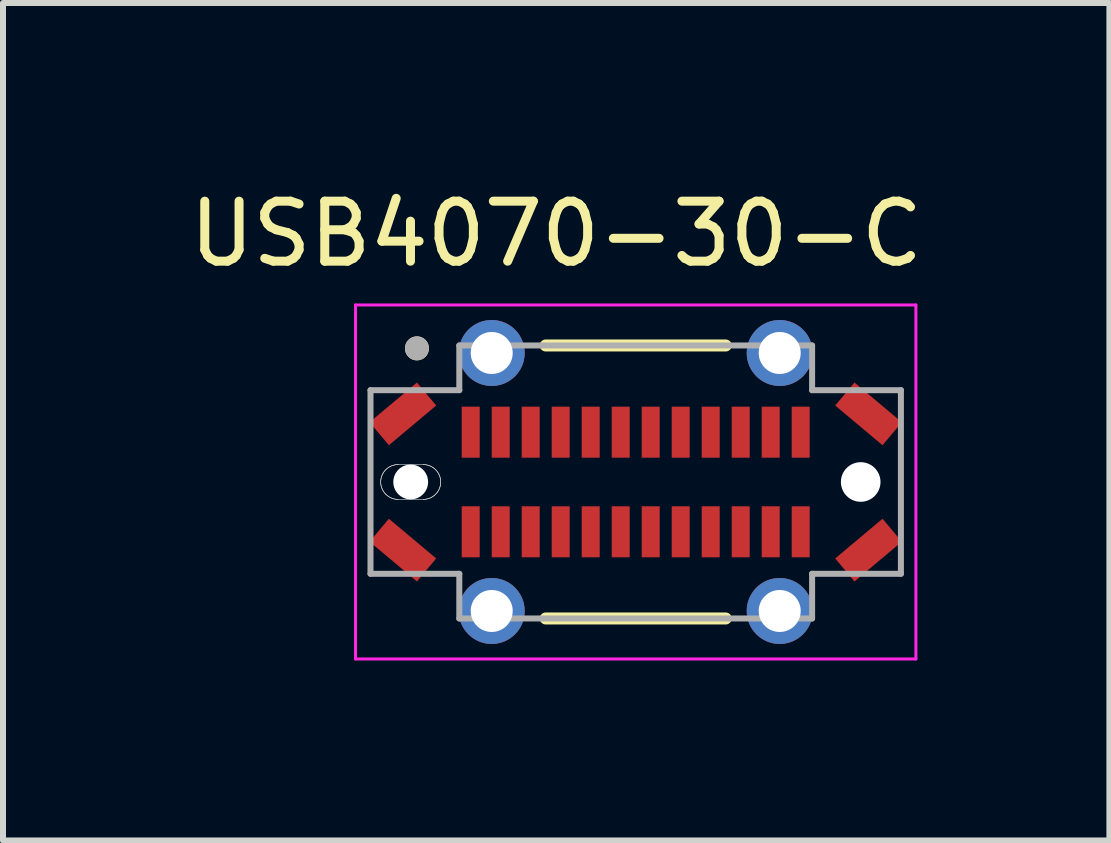
<source format=kicad_pcb>
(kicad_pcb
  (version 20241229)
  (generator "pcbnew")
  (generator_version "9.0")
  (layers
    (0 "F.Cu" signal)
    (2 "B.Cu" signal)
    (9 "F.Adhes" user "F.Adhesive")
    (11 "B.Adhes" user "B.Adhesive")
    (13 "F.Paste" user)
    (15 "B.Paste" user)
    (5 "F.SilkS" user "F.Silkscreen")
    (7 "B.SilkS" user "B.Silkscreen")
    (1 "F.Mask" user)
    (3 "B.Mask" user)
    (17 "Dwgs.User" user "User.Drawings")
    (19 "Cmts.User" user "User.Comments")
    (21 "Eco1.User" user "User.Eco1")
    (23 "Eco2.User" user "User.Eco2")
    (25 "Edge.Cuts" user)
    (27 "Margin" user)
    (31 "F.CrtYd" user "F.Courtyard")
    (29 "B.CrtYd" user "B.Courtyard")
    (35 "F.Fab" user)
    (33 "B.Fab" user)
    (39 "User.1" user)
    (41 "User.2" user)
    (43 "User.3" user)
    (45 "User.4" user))
  (footprint "USB4070-30-C"
    (layer "F.Cu")
    (at 7.545 4.983)
    (property "Reference" "USB4070-30-C" (at -1.325 -4.135 0) (layer "F.SilkS") (effects (font (size 1 1) (thickness 0.15))))
    (attr through_hole)
    (fp_line (start -1.5 -2.275) (end 1.5 -2.275) (stroke (width 0.2) (type solid)) (layer "F.SilkS"))
    (fp_line (start -1.5 2.275) (end 1.5 2.275) (stroke (width 0.2) (type solid)) (layer "F.SilkS"))
    (fp_circle (center -3.646 -2.227) (end -3.546 -2.227) (stroke (width 0.2) (type solid)) (fill no) (layer "F.SilkS"))
    (fp_line (start -3.96 0.29) (end -3.54 0.29) (stroke (width 0.01) (type solid)) (layer "Edge.Cuts"))
    (fp_line (start -3.54 -0.29) (end -3.96 -0.29) (stroke (width 0.01) (type solid)) (layer "Edge.Cuts"))
    (fp_arc (start -3.96 0.29) (mid -4.25 0) (end -3.96 -0.29) (stroke (width 0.01) (type solid)) (layer "Edge.Cuts"))
    (fp_arc (start -3.96 0.29) (mid -4.25 0) (end -3.96 -0.29) (stroke (width 0.01) (type solid)) (layer "Edge.Cuts"))
    (fp_arc (start -3.54 -0.29) (mid -3.25 0) (end -3.54 0.29) (stroke (width 0.01) (type solid)) (layer "Edge.Cuts"))
    (fp_arc (start -3.54 -0.29) (mid -3.25 0) (end -3.54 0.29) (stroke (width 0.01) (type solid)) (layer "Edge.Cuts"))
    (fp_line (start -4.67 -2.95) (end -4.67 2.95) (stroke (width 0.05) (type solid)) (layer "F.CrtYd"))
    (fp_line (start -4.67 2.95) (end 4.67 2.95) (stroke (width 0.05) (type solid)) (layer "F.CrtYd"))
    (fp_line (start 4.67 -2.95) (end -4.67 -2.95) (stroke (width 0.05) (type solid)) (layer "F.CrtYd"))
    (fp_line (start 4.67 2.95) (end 4.67 -2.95) (stroke (width 0.05) (type solid)) (layer "F.CrtYd"))
    (fp_line (start -4.42 1.53) (end -4.42 -1.53) (stroke (width 0.1) (type solid)) (layer "F.Fab"))
    (fp_line (start -2.94 -1.53) (end -4.42 -1.53) (stroke (width 0.1) (type solid)) (layer "F.Fab"))
    (fp_line (start -2.94 -1.53) (end -2.94 -2.275) (stroke (width 0.1) (type solid)) (layer "F.Fab"))
    (fp_line (start -2.94 1.53) (end -4.42 1.53) (stroke (width 0.1) (type solid)) (layer "F.Fab"))
    (fp_line (start -2.94 2.275) (end -2.94 1.53) (stroke (width 0.1) (type solid)) (layer "F.Fab"))
    (fp_line (start 2.94 -2.275) (end -2.94 -2.275) (stroke (width 0.1) (type solid)) (layer "F.Fab"))
    (fp_line (start 2.94 -1.53) (end 2.94 -2.275) (stroke (width 0.1) (type solid)) (layer "F.Fab"))
    (fp_line (start 2.94 -1.53) (end 4.42 -1.53) (stroke (width 0.1) (type solid)) (layer "F.Fab"))
    (fp_line (start 2.94 1.53) (end 4.42 1.53) (stroke (width 0.1) (type solid)) (layer "F.Fab"))
    (fp_line (start 2.94 2.275) (end -2.94 2.275) (stroke (width 0.1) (type solid)) (layer "F.Fab"))
    (fp_line (start 2.94 2.275) (end 2.94 1.53) (stroke (width 0.1) (type solid)) (layer "F.Fab"))
    (fp_line (start 4.42 1.53) (end 4.42 -1.53) (stroke (width 0.1) (type solid)) (layer "F.Fab"))
    (fp_circle (center -3.646 -2.227) (end -3.546 -2.227) (stroke (width 0.2) (type solid)) (fill no) (layer "F.Fab"))
    (pad "" np_thru_hole circle (at -3.75 0) (size 0.58 0.58) (drill 0.58) (layers "*.Cu" "*.Mask"))
    (pad "" np_thru_hole circle (at 3.75 0) (size 0.66 0.66) (drill 0.66) (layers "*.Cu" "*.Mask"))
    (pad "A1" smd rect (at -2.75 -0.83) (size 0.3 0.85) (layers "F.Cu" "F.Mask" "F.Paste"))
    (pad "A2" smd rect (at -2.25 -0.83) (size 0.3 0.85) (layers "F.Cu" "F.Mask" "F.Paste"))
    (pad "A3" smd rect (at -1.75 -0.83) (size 0.3 0.85) (layers "F.Cu" "F.Mask" "F.Paste"))
    (pad "A4" smd rect (at -1.25 -0.83) (size 0.3 0.85) (layers "F.Cu" "F.Mask" "F.Paste"))
    (pad "A5" smd rect (at -0.75 -0.83) (size 0.3 0.85) (layers "F.Cu" "F.Mask" "F.Paste"))
    (pad "A6" smd rect (at -0.25 -0.83) (size 0.3 0.85) (layers "F.Cu" "F.Mask" "F.Paste"))
    (pad "A7" smd rect (at 0.25 -0.83) (size 0.3 0.85) (layers "F.Cu" "F.Mask" "F.Paste"))
    (pad "A8" smd rect (at 0.75 -0.83) (size 0.3 0.85) (layers "F.Cu" "F.Mask" "F.Paste"))
    (pad "A9" smd rect (at 1.25 -0.83) (size 0.3 0.85) (layers "F.Cu" "F.Mask" "F.Paste"))
    (pad "A10" smd rect (at 1.75 -0.83) (size 0.3 0.85) (layers "F.Cu" "F.Mask" "F.Paste"))
    (pad "A11" smd rect (at 2.25 -0.83) (size 0.3 0.85) (layers "F.Cu" "F.Mask" "F.Paste"))
    (pad "A12" smd rect (at 2.75 -0.83) (size 0.3 0.85) (layers "F.Cu" "F.Mask" "F.Paste"))
    (pad "B1" smd rect (at 2.75 0.83) (size 0.3 0.85) (layers "F.Cu" "F.Mask" "F.Paste"))
    (pad "B2" smd rect (at 2.25 0.83) (size 0.3 0.85) (layers "F.Cu" "F.Mask" "F.Paste"))
    (pad "B3" smd rect (at 1.75 0.83) (size 0.3 0.85) (layers "F.Cu" "F.Mask" "F.Paste"))
    (pad "B4" smd rect (at 1.25 0.83) (size 0.3 0.85) (layers "F.Cu" "F.Mask" "F.Paste"))
    (pad "B5" smd rect (at 0.75 0.83) (size 0.3 0.85) (layers "F.Cu" "F.Mask" "F.Paste"))
    (pad "B6" smd rect (at 0.25 0.83) (size 0.3 0.85) (layers "F.Cu" "F.Mask" "F.Paste"))
    (pad "B7" smd rect (at -0.25 0.83) (size 0.3 0.85) (layers "F.Cu" "F.Mask" "F.Paste"))
    (pad "B8" smd rect (at -0.75 0.83) (size 0.3 0.85) (layers "F.Cu" "F.Mask" "F.Paste"))
    (pad "B9" smd rect (at -1.25 0.83) (size 0.3 0.85) (layers "F.Cu" "F.Mask" "F.Paste"))
    (pad "B10" smd rect (at -1.75 0.83) (size 0.3 0.85) (layers "F.Cu" "F.Mask" "F.Paste"))
    (pad "B11" smd rect (at -2.25 0.83) (size 0.3 0.85) (layers "F.Cu" "F.Mask" "F.Paste"))
    (pad "B12" smd rect (at -2.75 0.83) (size 0.3 0.85) (layers "F.Cu" "F.Mask" "F.Paste"))
    (pad "S1" thru_hole circle (at -2.4 -2.15) (size 1.1 1.1) (drill 0.7) (layers "*.Cu" "*.Mask"))
    (pad "S2" thru_hole circle (at -2.4 2.15) (size 1.1 1.1) (drill 0.7) (layers "*.Cu" "*.Mask"))
    (pad "S3" thru_hole circle (at 2.4 -2.15) (size 1.1 1.1) (drill 0.7) (layers "*.Cu" "*.Mask"))
    (pad "S4" thru_hole circle (at 2.4 2.15) (size 1.1 1.1) (drill 0.7) (layers "*.Cu" "*.Mask"))
    (pad "S5" smd rect (at -3.88 -1.135 40) (size 1.03 0.5) (layers "F.Cu" "F.Mask" "F.Paste"))
    (pad "S6" smd rect (at -3.88 1.135 320) (size 1.03 0.5) (layers "F.Cu" "F.Mask" "F.Paste"))
    (pad "S7" smd rect (at 3.88 -1.135 320) (size 1.03 0.5) (layers "F.Cu" "F.Mask" "F.Paste"))
    (pad "S8" smd rect (at 3.88 1.135 40) (size 1.03 0.5) (layers "F.Cu" "F.Mask" "F.Paste")))
  (gr_rect
    (start -3 -3)
    (end 15.44 10.958)
    (stroke (width 0.1) (type default))
    (fill no)
    (layer "Edge.Cuts")))
</source>
